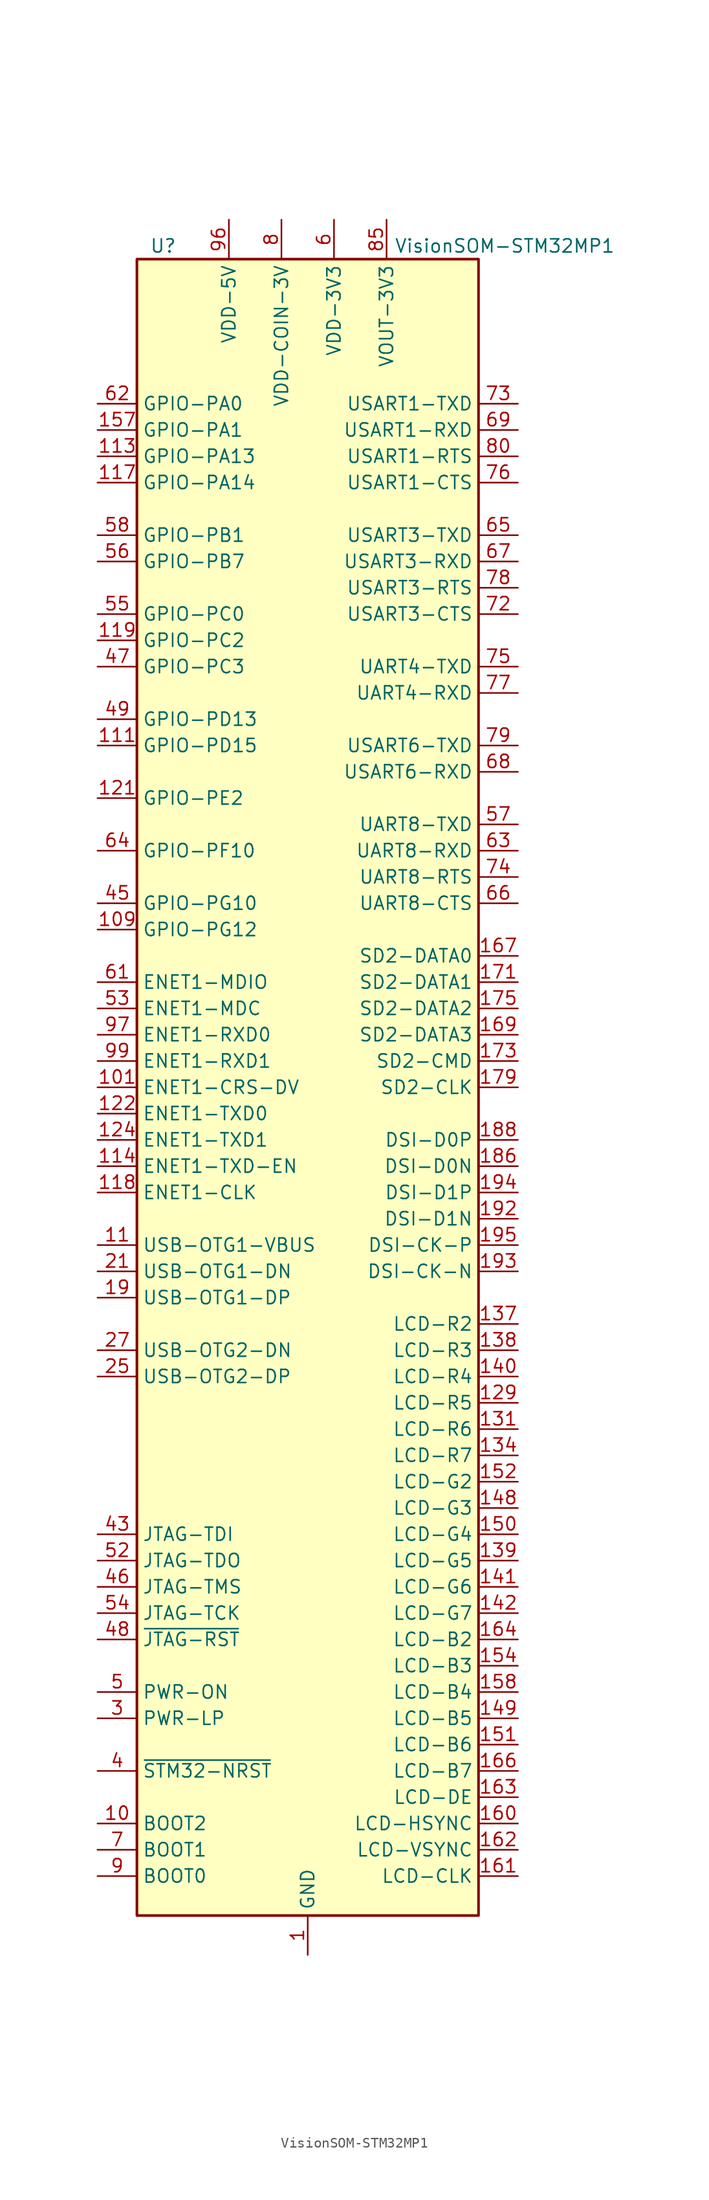
<source format=kicad_sym>
(kicad_symbol_lib
  (version 20200908)
  (generator kicad_symbol_editor)
  (symbol "MCU_Module:VisionSOM-STM32MP1"
    (property "Reference" "U"
      (at -13.97 81.28 0)
      (effects (font (size 1.27 1.27))))
    (property "Value" "VisionSOM-STM32MP1"
      (at 19.05 81.28 0)
      (effects (font (size 1.27 1.27))))
    (symbol "VisionSOM-STM32MP1_0_1"
      (rectangle (start -16.51 80.01) (end 16.51 -80.01) (stroke (width 0.254)) (fill (type background))))
    (symbol "VisionSOM-STM32MP1_1_1"
      (pin power_in line (at 0 -83.82 90) (length 3.81) (name "GND" (effects (font (size 1.27 1.27)))) (number "1" (effects (font (size 1.27 1.27)))))
      (pin input line (at -20.32 -71.12 0) (length 3.81) (name "BOOT2" (effects (font (size 1.27 1.27)))) (number "10" (effects (font (size 1.27 1.27)))))
      (pin passive line (at -7.62 83.82 270) (length 3.81) hide (name "VDD-5V" (effects (font (size 1.27 1.27)))) (number "100" (effects (font (size 1.27 1.27)))))
      (pin bidirectional line (at -20.32 0 0) (length 3.81) (name "ENET1-CRS-DV" (effects (font (size 1.27 1.27)))) (number "101" (effects (font (size 1.27 1.27)))))
      (pin passive line (at -7.62 83.82 270) (length 3.81) hide (name "VDD-5V" (effects (font (size 1.27 1.27)))) (number "102" (effects (font (size 1.27 1.27)))))
      (pin passive line (at 0 -83.82 90) (length 3.81) hide (name "GND" (effects (font (size 1.27 1.27)))) (number "103" (effects (font (size 1.27 1.27)))))
      (pin passive line (at -7.62 83.82 270) (length 3.81) hide (name "VDD-5V" (effects (font (size 1.27 1.27)))) (number "104" (effects (font (size 1.27 1.27)))))
      (pin unconnected line (at 15.24 73.66 180) (length 3.81) hide (name "NC" (effects (font (size 1.27 1.27)))) (number "105" (effects (font (size 1.27 1.27)))))
      (pin passive line (at -7.62 83.82 270) (length 3.81) hide (name "VDD-5V" (effects (font (size 1.27 1.27)))) (number "106" (effects (font (size 1.27 1.27)))))
      (pin passive line (at 0 -83.82 90) (length 3.81) hide (name "GND" (effects (font (size 1.27 1.27)))) (number "107" (effects (font (size 1.27 1.27)))))
      (pin passive line (at -7.62 83.82 270) (length 3.81) hide (name "VDD-5V" (effects (font (size 1.27 1.27)))) (number "108" (effects (font (size 1.27 1.27)))))
      (pin bidirectional line (at -20.32 15.24 0) (length 3.81) (name "GPIO-PG12" (effects (font (size 1.27 1.27)))) (number "109" (effects (font (size 1.27 1.27)))))
      (pin input line (at -20.32 -15.24 0) (length 3.81) (name "USB-OTG1-VBUS" (effects (font (size 1.27 1.27)))) (number "11" (effects (font (size 1.27 1.27)))))
      (pin passive line (at -7.62 83.82 270) (length 3.81) hide (name "VDD-5V" (effects (font (size 1.27 1.27)))) (number "110" (effects (font (size 1.27 1.27)))))
      (pin bidirectional line (at -20.32 33.02 0) (length 3.81) (name "GPIO-PD15" (effects (font (size 1.27 1.27)))) (number "111" (effects (font (size 1.27 1.27)))))
      (pin passive line (at -7.62 83.82 270) (length 3.81) hide (name "VDD-5V" (effects (font (size 1.27 1.27)))) (number "112" (effects (font (size 1.27 1.27)))))
      (pin bidirectional line (at -20.32 60.96 0) (length 3.81) (name "GPIO-PA13" (effects (font (size 1.27 1.27)))) (number "113" (effects (font (size 1.27 1.27)))))
      (pin bidirectional line (at -20.32 -7.62 0) (length 3.81) (name "ENET1-TXD-EN" (effects (font (size 1.27 1.27)))) (number "114" (effects (font (size 1.27 1.27)))))
      (pin passive line (at 0 -83.82 90) (length 3.81) hide (name "GND" (effects (font (size 1.27 1.27)))) (number "115" (effects (font (size 1.27 1.27)))))
      (pin passive line (at 0 -83.82 90) (length 3.81) hide (name "GND" (effects (font (size 1.27 1.27)))) (number "116" (effects (font (size 1.27 1.27)))))
      (pin bidirectional line (at -20.32 58.42 0) (length 3.81) (name "GPIO-PA14" (effects (font (size 1.27 1.27)))) (number "117" (effects (font (size 1.27 1.27)))))
      (pin bidirectional line (at -20.32 -10.16 0) (length 3.81) (name "ENET1-CLK" (effects (font (size 1.27 1.27)))) (number "118" (effects (font (size 1.27 1.27)))))
      (pin bidirectional line (at -20.32 43.18 0) (length 3.81) (name "GPIO-PC2" (effects (font (size 1.27 1.27)))) (number "119" (effects (font (size 1.27 1.27)))))
      (pin unconnected line (at -15.24 73.66 0) (length 3.81) hide (name "NC" (effects (font (size 1.27 1.27)))) (number "12" (effects (font (size 1.27 1.27)))))
      (pin passive line (at 0 -83.82 90) (length 3.81) hide (name "GND" (effects (font (size 1.27 1.27)))) (number "120" (effects (font (size 1.27 1.27)))))
      (pin bidirectional line (at -20.32 27.94 0) (length 3.81) (name "GPIO-PE2" (effects (font (size 1.27 1.27)))) (number "121" (effects (font (size 1.27 1.27)))))
      (pin bidirectional line (at -20.32 -2.54 0) (length 3.81) (name "ENET1-TXD0" (effects (font (size 1.27 1.27)))) (number "122" (effects (font (size 1.27 1.27)))))
      (pin unconnected line (at 15.24 71.12 180) (length 3.81) hide (name "NC" (effects (font (size 1.27 1.27)))) (number "123" (effects (font (size 1.27 1.27)))))
      (pin bidirectional line (at -20.32 -5.08 0) (length 3.81) (name "ENET1-TXD1" (effects (font (size 1.27 1.27)))) (number "124" (effects (font (size 1.27 1.27)))))
      (pin passive line (at 0 -83.82 90) (length 3.81) hide (name "GND" (effects (font (size 1.27 1.27)))) (number "125" (effects (font (size 1.27 1.27)))))
      (pin unconnected line (at 15.24 68.58 180) (length 3.81) hide (name "NC" (effects (font (size 1.27 1.27)))) (number "126" (effects (font (size 1.27 1.27)))))
      (pin passive line (at 0 -83.82 90) (length 3.81) hide (name "GND" (effects (font (size 1.27 1.27)))) (number "127" (effects (font (size 1.27 1.27)))))
      (pin passive line (at 0 -83.82 90) (length 3.81) hide (name "GND" (effects (font (size 1.27 1.27)))) (number "128" (effects (font (size 1.27 1.27)))))
      (pin bidirectional line (at 20.32 -30.48 180) (length 3.81) (name "LCD-R5" (effects (font (size 1.27 1.27)))) (number "129" (effects (font (size 1.27 1.27)))))
      (pin unconnected line (at -15.24 71.12 0) (length 3.81) hide (name "NC" (effects (font (size 1.27 1.27)))) (number "13" (effects (font (size 1.27 1.27)))))
      (pin passive line (at 0 -83.82 90) (length 3.81) hide (name "GND" (effects (font (size 1.27 1.27)))) (number "130" (effects (font (size 1.27 1.27)))))
      (pin bidirectional line (at 20.32 -33.02 180) (length 3.81) (name "LCD-R6" (effects (font (size 1.27 1.27)))) (number "131" (effects (font (size 1.27 1.27)))))
      (pin passive line (at 0 -83.82 90) (length 3.81) hide (name "GND" (effects (font (size 1.27 1.27)))) (number "132" (effects (font (size 1.27 1.27)))))
      (pin passive line (at 0 -83.82 90) (length 3.81) hide (name "GND" (effects (font (size 1.27 1.27)))) (number "133" (effects (font (size 1.27 1.27)))))
      (pin bidirectional line (at 20.32 -35.56 180) (length 3.81) (name "LCD-R7" (effects (font (size 1.27 1.27)))) (number "134" (effects (font (size 1.27 1.27)))))
      (pin passive line (at 0 -83.82 90) (length 3.81) hide (name "GND" (effects (font (size 1.27 1.27)))) (number "135" (effects (font (size 1.27 1.27)))))
      (pin passive line (at 0 -83.82 90) (length 3.81) hide (name "GND" (effects (font (size 1.27 1.27)))) (number "136" (effects (font (size 1.27 1.27)))))
      (pin bidirectional line (at 20.32 -22.86 180) (length 3.81) (name "LCD-R2" (effects (font (size 1.27 1.27)))) (number "137" (effects (font (size 1.27 1.27)))))
      (pin bidirectional line (at 20.32 -25.4 180) (length 3.81) (name "LCD-R3" (effects (font (size 1.27 1.27)))) (number "138" (effects (font (size 1.27 1.27)))))
      (pin bidirectional line (at 20.32 -45.72 180) (length 3.81) (name "LCD-G5" (effects (font (size 1.27 1.27)))) (number "139" (effects (font (size 1.27 1.27)))))
      (pin unconnected line (at -15.24 68.58 0) (length 3.81) hide (name "NC" (effects (font (size 1.27 1.27)))) (number "14" (effects (font (size 1.27 1.27)))))
      (pin bidirectional line (at 20.32 -27.94 180) (length 3.81) (name "LCD-R4" (effects (font (size 1.27 1.27)))) (number "140" (effects (font (size 1.27 1.27)))))
      (pin bidirectional line (at 20.32 -48.26 180) (length 3.81) (name "LCD-G6" (effects (font (size 1.27 1.27)))) (number "141" (effects (font (size 1.27 1.27)))))
      (pin bidirectional line (at 20.32 -50.8 180) (length 3.81) (name "LCD-G7" (effects (font (size 1.27 1.27)))) (number "142" (effects (font (size 1.27 1.27)))))
      (pin passive line (at 0 -83.82 90) (length 3.81) hide (name "GND" (effects (font (size 1.27 1.27)))) (number "143" (effects (font (size 1.27 1.27)))))
      (pin passive line (at 0 -83.82 90) (length 3.81) hide (name "GND" (effects (font (size 1.27 1.27)))) (number "144" (effects (font (size 1.27 1.27)))))
      (pin passive line (at 0 -83.82 90) (length 3.81) hide (name "GND" (effects (font (size 1.27 1.27)))) (number "145" (effects (font (size 1.27 1.27)))))
      (pin passive line (at 0 -83.82 90) (length 3.81) hide (name "GND" (effects (font (size 1.27 1.27)))) (number "146" (effects (font (size 1.27 1.27)))))
      (pin passive line (at 0 -83.82 90) (length 3.81) hide (name "GND" (effects (font (size 1.27 1.27)))) (number "147" (effects (font (size 1.27 1.27)))))
      (pin bidirectional line (at 20.32 -40.64 180) (length 3.81) (name "LCD-G3" (effects (font (size 1.27 1.27)))) (number "148" (effects (font (size 1.27 1.27)))))
      (pin bidirectional line (at 20.32 -60.96 180) (length 3.81) (name "LCD-B5" (effects (font (size 1.27 1.27)))) (number "149" (effects (font (size 1.27 1.27)))))
      (pin passive line (at 0 -83.82 90) (length 3.81) hide (name "GND" (effects (font (size 1.27 1.27)))) (number "15" (effects (font (size 1.27 1.27)))))
      (pin bidirectional line (at 20.32 -43.18 180) (length 3.81) (name "LCD-G4" (effects (font (size 1.27 1.27)))) (number "150" (effects (font (size 1.27 1.27)))))
      (pin bidirectional line (at 20.32 -63.5 180) (length 3.81) (name "LCD-B6" (effects (font (size 1.27 1.27)))) (number "151" (effects (font (size 1.27 1.27)))))
      (pin bidirectional line (at 20.32 -38.1 180) (length 3.81) (name "LCD-G2" (effects (font (size 1.27 1.27)))) (number "152" (effects (font (size 1.27 1.27)))))
      (pin passive line (at 0 -83.82 90) (length 3.81) hide (name "GND" (effects (font (size 1.27 1.27)))) (number "153" (effects (font (size 1.27 1.27)))))
      (pin bidirectional line (at 20.32 -55.88 180) (length 3.81) (name "LCD-B3" (effects (font (size 1.27 1.27)))) (number "154" (effects (font (size 1.27 1.27)))))
      (pin passive line (at 0 -83.82 90) (length 3.81) hide (name "GND" (effects (font (size 1.27 1.27)))) (number "155" (effects (font (size 1.27 1.27)))))
      (pin passive line (at 0 -83.82 90) (length 3.81) hide (name "GND" (effects (font (size 1.27 1.27)))) (number "156" (effects (font (size 1.27 1.27)))))
      (pin bidirectional line (at -20.32 63.5 0) (length 3.81) (name "GPIO-PA1" (effects (font (size 1.27 1.27)))) (number "157" (effects (font (size 1.27 1.27)))))
      (pin bidirectional line (at 20.32 -58.42 180) (length 3.81) (name "LCD-B4" (effects (font (size 1.27 1.27)))) (number "158" (effects (font (size 1.27 1.27)))))
      (pin passive line (at 0 -83.82 90) (length 3.81) hide (name "GND" (effects (font (size 1.27 1.27)))) (number "159" (effects (font (size 1.27 1.27)))))
      (pin unconnected line (at -15.24 55.88 0) (length 3.81) hide (name "NC" (effects (font (size 1.27 1.27)))) (number "16" (effects (font (size 1.27 1.27)))))
      (pin bidirectional line (at 20.32 -71.12 180) (length 3.81) (name "LCD-HSYNC" (effects (font (size 1.27 1.27)))) (number "160" (effects (font (size 1.27 1.27)))))
      (pin bidirectional line (at 20.32 -76.2 180) (length 3.81) (name "LCD-CLK" (effects (font (size 1.27 1.27)))) (number "161" (effects (font (size 1.27 1.27)))))
      (pin bidirectional line (at 20.32 -73.66 180) (length 3.81) (name "LCD-VSYNC" (effects (font (size 1.27 1.27)))) (number "162" (effects (font (size 1.27 1.27)))))
      (pin bidirectional line (at 20.32 -68.58 180) (length 3.81) (name "LCD-DE" (effects (font (size 1.27 1.27)))) (number "163" (effects (font (size 1.27 1.27)))))
      (pin bidirectional line (at 20.32 -53.34 180) (length 3.81) (name "LCD-B2" (effects (font (size 1.27 1.27)))) (number "164" (effects (font (size 1.27 1.27)))))
      (pin passive line (at 0 -83.82 90) (length 3.81) hide (name "GND" (effects (font (size 1.27 1.27)))) (number "165" (effects (font (size 1.27 1.27)))))
      (pin bidirectional line (at 20.32 -66.04 180) (length 3.81) (name "LCD-B7" (effects (font (size 1.27 1.27)))) (number "166" (effects (font (size 1.27 1.27)))))
      (pin bidirectional line (at 20.32 12.7 180) (length 3.81) (name "SD2-DATA0" (effects (font (size 1.27 1.27)))) (number "167" (effects (font (size 1.27 1.27)))))
      (pin passive line (at 0 -83.82 90) (length 3.81) hide (name "GND" (effects (font (size 1.27 1.27)))) (number "168" (effects (font (size 1.27 1.27)))))
      (pin bidirectional line (at 20.32 5.08 180) (length 3.81) (name "SD2-DATA3" (effects (font (size 1.27 1.27)))) (number "169" (effects (font (size 1.27 1.27)))))
      (pin passive line (at 0 -83.82 90) (length 3.81) hide (name "GND" (effects (font (size 1.27 1.27)))) (number "17" (effects (font (size 1.27 1.27)))))
      (pin passive line (at 0 -83.82 90) (length 3.81) hide (name "GND" (effects (font (size 1.27 1.27)))) (number "170" (effects (font (size 1.27 1.27)))))
      (pin bidirectional line (at 20.32 10.16 180) (length 3.81) (name "SD2-DATA1" (effects (font (size 1.27 1.27)))) (number "171" (effects (font (size 1.27 1.27)))))
      (pin passive line (at 0 -83.82 90) (length 3.81) hide (name "GND" (effects (font (size 1.27 1.27)))) (number "172" (effects (font (size 1.27 1.27)))))
      (pin bidirectional line (at 20.32 2.54 180) (length 3.81) (name "SD2-CMD" (effects (font (size 1.27 1.27)))) (number "173" (effects (font (size 1.27 1.27)))))
      (pin passive line (at 0 -83.82 90) (length 3.81) hide (name "GND" (effects (font (size 1.27 1.27)))) (number "174" (effects (font (size 1.27 1.27)))))
      (pin bidirectional line (at 20.32 7.62 180) (length 3.81) (name "SD2-DATA2" (effects (font (size 1.27 1.27)))) (number "175" (effects (font (size 1.27 1.27)))))
      (pin passive line (at 0 -83.82 90) (length 3.81) hide (name "GND" (effects (font (size 1.27 1.27)))) (number "176" (effects (font (size 1.27 1.27)))))
      (pin passive line (at 0 -83.82 90) (length 3.81) hide (name "GND" (effects (font (size 1.27 1.27)))) (number "177" (effects (font (size 1.27 1.27)))))
      (pin passive line (at 0 -83.82 90) (length 3.81) hide (name "GND" (effects (font (size 1.27 1.27)))) (number "178" (effects (font (size 1.27 1.27)))))
      (pin bidirectional line (at 20.32 0 180) (length 3.81) (name "SD2-CLK" (effects (font (size 1.27 1.27)))) (number "179" (effects (font (size 1.27 1.27)))))
      (pin unconnected line (at -15.24 48.26 0) (length 3.81) hide (name "NC" (effects (font (size 1.27 1.27)))) (number "18" (effects (font (size 1.27 1.27)))))
      (pin passive line (at 0 -83.82 90) (length 3.81) hide (name "GND" (effects (font (size 1.27 1.27)))) (number "180" (effects (font (size 1.27 1.27)))))
      (pin passive line (at 0 -83.82 90) (length 3.81) hide (name "GND" (effects (font (size 1.27 1.27)))) (number "181" (effects (font (size 1.27 1.27)))))
      (pin passive line (at 0 -83.82 90) (length 3.81) hide (name "GND" (effects (font (size 1.27 1.27)))) (number "182" (effects (font (size 1.27 1.27)))))
      (pin unconnected line (at 15.24 55.88 180) (length 3.81) hide (name "NC" (effects (font (size 1.27 1.27)))) (number "183" (effects (font (size 1.27 1.27)))))
      (pin passive line (at 0 -83.82 90) (length 3.81) hide (name "GND" (effects (font (size 1.27 1.27)))) (number "184" (effects (font (size 1.27 1.27)))))
      (pin passive line (at 0 -83.82 90) (length 3.81) hide (name "GND" (effects (font (size 1.27 1.27)))) (number "185" (effects (font (size 1.27 1.27)))))
      (pin bidirectional line (at 20.32 -7.62 180) (length 3.81) (name "DSI-D0N" (effects (font (size 1.27 1.27)))) (number "186" (effects (font (size 1.27 1.27)))))
      (pin unconnected line (at 15.24 43.18 180) (length 3.81) hide (name "NC" (effects (font (size 1.27 1.27)))) (number "187" (effects (font (size 1.27 1.27)))))
      (pin bidirectional line (at 20.32 -5.08 180) (length 3.81) (name "DSI-D0P" (effects (font (size 1.27 1.27)))) (number "188" (effects (font (size 1.27 1.27)))))
      (pin passive line (at 0 -83.82 90) (length 3.81) hide (name "GND" (effects (font (size 1.27 1.27)))) (number "189" (effects (font (size 1.27 1.27)))))
      (pin bidirectional line (at -20.32 -20.32 0) (length 3.81) (name "USB-OTG1-DP" (effects (font (size 1.27 1.27)))) (number "19" (effects (font (size 1.27 1.27)))))
      (pin unconnected line (at 15.24 35.56 180) (length 3.81) hide (name "NC" (effects (font (size 1.27 1.27)))) (number "190" (effects (font (size 1.27 1.27)))))
      (pin unconnected line (at 15.24 27.94 180) (length 3.81) hide (name "NC" (effects (font (size 1.27 1.27)))) (number "191" (effects (font (size 1.27 1.27)))))
      (pin bidirectional line (at 20.32 -12.7 180) (length 3.81) (name "DSI-D1N" (effects (font (size 1.27 1.27)))) (number "192" (effects (font (size 1.27 1.27)))))
      (pin bidirectional line (at 20.32 -17.78 180) (length 3.81) (name "DSI-CK-N" (effects (font (size 1.27 1.27)))) (number "193" (effects (font (size 1.27 1.27)))))
      (pin bidirectional line (at 20.32 -10.16 180) (length 3.81) (name "DSI-D1P" (effects (font (size 1.27 1.27)))) (number "194" (effects (font (size 1.27 1.27)))))
      (pin bidirectional line (at 20.32 -15.24 180) (length 3.81) (name "DSI-CK-P" (effects (font (size 1.27 1.27)))) (number "195" (effects (font (size 1.27 1.27)))))
      (pin unconnected line (at 15.24 15.24 180) (length 3.81) hide (name "NC" (effects (font (size 1.27 1.27)))) (number "196" (effects (font (size 1.27 1.27)))))
      (pin unconnected line (at 15.24 -2.54 180) (length 3.81) hide (name "NC" (effects (font (size 1.27 1.27)))) (number "197" (effects (font (size 1.27 1.27)))))
      (pin unconnected line (at 15.24 -20.32 180) (length 3.81) hide (name "NC" (effects (font (size 1.27 1.27)))) (number "198" (effects (font (size 1.27 1.27)))))
      (pin passive line (at 0 -83.82 90) (length 3.81) hide (name "GND" (effects (font (size 1.27 1.27)))) (number "199" (effects (font (size 1.27 1.27)))))
      (pin passive line (at 0 -83.82 90) (length 3.81) hide (name "GND" (effects (font (size 1.27 1.27)))) (number "2" (effects (font (size 1.27 1.27)))))
      (pin passive line (at 0 -83.82 90) (length 3.81) hide (name "GND" (effects (font (size 1.27 1.27)))) (number "20" (effects (font (size 1.27 1.27)))))
      (pin passive line (at 0 -83.82 90) (length 3.81) hide (name "GND" (effects (font (size 1.27 1.27)))) (number "200" (effects (font (size 1.27 1.27)))))
      (pin bidirectional line (at -20.32 -17.78 0) (length 3.81) (name "USB-OTG1-DN" (effects (font (size 1.27 1.27)))) (number "21" (effects (font (size 1.27 1.27)))))
      (pin passive line (at 0 -83.82 90) (length 3.81) hide (name "GND" (effects (font (size 1.27 1.27)))) (number "22" (effects (font (size 1.27 1.27)))))
      (pin passive line (at 0 -83.82 90) (length 3.81) hide (name "GND" (effects (font (size 1.27 1.27)))) (number "23" (effects (font (size 1.27 1.27)))))
      (pin unconnected line (at -15.24 38.1 0) (length 3.81) hide (name "NC" (effects (font (size 1.27 1.27)))) (number "24" (effects (font (size 1.27 1.27)))))
      (pin bidirectional line (at -20.32 -27.94 0) (length 3.81) (name "USB-OTG2-DP" (effects (font (size 1.27 1.27)))) (number "25" (effects (font (size 1.27 1.27)))))
      (pin passive line (at 0 -83.82 90) (length 3.81) hide (name "GND" (effects (font (size 1.27 1.27)))) (number "26" (effects (font (size 1.27 1.27)))))
      (pin bidirectional line (at -20.32 -25.4 0) (length 3.81) (name "USB-OTG2-DN" (effects (font (size 1.27 1.27)))) (number "27" (effects (font (size 1.27 1.27)))))
      (pin passive line (at 0 -83.82 90) (length 3.81) hide (name "GND" (effects (font (size 1.27 1.27)))) (number "28" (effects (font (size 1.27 1.27)))))
      (pin passive line (at 0 -83.82 90) (length 3.81) hide (name "GND" (effects (font (size 1.27 1.27)))) (number "29" (effects (font (size 1.27 1.27)))))
      (pin output line (at -20.32 -60.96 0) (length 3.81) (name "PWR-LP" (effects (font (size 1.27 1.27)))) (number "3" (effects (font (size 1.27 1.27)))))
      (pin unconnected line (at -15.24 30.48 0) (length 3.81) hide (name "NC" (effects (font (size 1.27 1.27)))) (number "30" (effects (font (size 1.27 1.27)))))
      (pin unconnected line (at -15.24 25.4 0) (length 3.81) hide (name "NC" (effects (font (size 1.27 1.27)))) (number "31" (effects (font (size 1.27 1.27)))))
      (pin unconnected line (at -15.24 20.32 0) (length 3.81) hide (name "NC" (effects (font (size 1.27 1.27)))) (number "32" (effects (font (size 1.27 1.27)))))
      (pin unconnected line (at -15.24 12.7 0) (length 3.81) hide (name "NC" (effects (font (size 1.27 1.27)))) (number "33" (effects (font (size 1.27 1.27)))))
      (pin unconnected line (at -15.24 -12.7 0) (length 3.81) hide (name "NC" (effects (font (size 1.27 1.27)))) (number "34" (effects (font (size 1.27 1.27)))))
      (pin passive line (at 0 -83.82 90) (length 3.81) hide (name "GND" (effects (font (size 1.27 1.27)))) (number "35" (effects (font (size 1.27 1.27)))))
      (pin unconnected line (at -15.24 -22.86 0) (length 3.81) hide (name "NC" (effects (font (size 1.27 1.27)))) (number "36" (effects (font (size 1.27 1.27)))))
      (pin unconnected line (at -15.24 -30.48 0) (length 3.81) hide (name "NC" (effects (font (size 1.27 1.27)))) (number "37" (effects (font (size 1.27 1.27)))))
      (pin passive line (at 0 -83.82 90) (length 3.81) hide (name "GND" (effects (font (size 1.27 1.27)))) (number "38" (effects (font (size 1.27 1.27)))))
      (pin unconnected line (at -15.24 -33.02 0) (length 3.81) hide (name "NC" (effects (font (size 1.27 1.27)))) (number "39" (effects (font (size 1.27 1.27)))))
      (pin input line (at -20.32 -66.04 0) (length 3.81) (name "~STM32-NRST" (effects (font (size 1.27 1.27)))) (number "4" (effects (font (size 1.27 1.27)))))
      (pin passive line (at 0 -83.82 90) (length 3.81) hide (name "GND" (effects (font (size 1.27 1.27)))) (number "40" (effects (font (size 1.27 1.27)))))
      (pin passive line (at 0 -83.82 90) (length 3.81) hide (name "GND" (effects (font (size 1.27 1.27)))) (number "41" (effects (font (size 1.27 1.27)))))
      (pin unconnected line (at -15.24 -35.56 0) (length 3.81) hide (name "NC" (effects (font (size 1.27 1.27)))) (number "42" (effects (font (size 1.27 1.27)))))
      (pin bidirectional line (at -20.32 -43.18 0) (length 3.81) (name "JTAG-TDI" (effects (font (size 1.27 1.27)))) (number "43" (effects (font (size 1.27 1.27)))))
      (pin unconnected line (at -15.24 -38.1 0) (length 3.81) hide (name "NC" (effects (font (size 1.27 1.27)))) (number "44" (effects (font (size 1.27 1.27)))))
      (pin bidirectional line (at -20.32 17.78 0) (length 3.81) (name "GPIO-PG10" (effects (font (size 1.27 1.27)))) (number "45" (effects (font (size 1.27 1.27)))))
      (pin bidirectional line (at -20.32 -48.26 0) (length 3.81) (name "JTAG-TMS" (effects (font (size 1.27 1.27)))) (number "46" (effects (font (size 1.27 1.27)))))
      (pin bidirectional line (at -20.32 40.64 0) (length 3.81) (name "GPIO-PC3" (effects (font (size 1.27 1.27)))) (number "47" (effects (font (size 1.27 1.27)))))
      (pin bidirectional line (at -20.32 -53.34 0) (length 3.81) (name "~JTAG-RST" (effects (font (size 1.27 1.27)))) (number "48" (effects (font (size 1.27 1.27)))))
      (pin bidirectional line (at -20.32 35.56 0) (length 3.81) (name "GPIO-PD13" (effects (font (size 1.27 1.27)))) (number "49" (effects (font (size 1.27 1.27)))))
      (pin output line (at -20.32 -58.42 0) (length 3.81) (name "PWR-ON" (effects (font (size 1.27 1.27)))) (number "5" (effects (font (size 1.27 1.27)))))
      (pin passive line (at 0 -83.82 90) (length 3.81) hide (name "GND" (effects (font (size 1.27 1.27)))) (number "50" (effects (font (size 1.27 1.27)))))
      (pin passive line (at 0 -83.82 90) (length 3.81) hide (name "GND" (effects (font (size 1.27 1.27)))) (number "51" (effects (font (size 1.27 1.27)))))
      (pin bidirectional line (at -20.32 -45.72 0) (length 3.81) (name "JTAG-TDO" (effects (font (size 1.27 1.27)))) (number "52" (effects (font (size 1.27 1.27)))))
      (pin bidirectional line (at -20.32 7.62 0) (length 3.81) (name "ENET1-MDC" (effects (font (size 1.27 1.27)))) (number "53" (effects (font (size 1.27 1.27)))))
      (pin bidirectional line (at -20.32 -50.8 0) (length 3.81) (name "JTAG-TCK" (effects (font (size 1.27 1.27)))) (number "54" (effects (font (size 1.27 1.27)))))
      (pin bidirectional line (at -20.32 45.72 0) (length 3.81) (name "GPIO-PC0" (effects (font (size 1.27 1.27)))) (number "55" (effects (font (size 1.27 1.27)))))
      (pin bidirectional line (at -20.32 50.8 0) (length 3.81) (name "GPIO-PB7" (effects (font (size 1.27 1.27)))) (number "56" (effects (font (size 1.27 1.27)))))
      (pin bidirectional line (at 20.32 25.4 180) (length 3.81) (name "UART8-TXD" (effects (font (size 1.27 1.27)))) (number "57" (effects (font (size 1.27 1.27)))))
      (pin bidirectional line (at -20.32 53.34 0) (length 3.81) (name "GPIO-PB1" (effects (font (size 1.27 1.27)))) (number "58" (effects (font (size 1.27 1.27)))))
      (pin passive line (at 0 -83.82 90) (length 3.81) hide (name "GND" (effects (font (size 1.27 1.27)))) (number "59" (effects (font (size 1.27 1.27)))))
      (pin power_in line (at 2.54 83.82 270) (length 3.81) (name "VDD-3V3" (effects (font (size 1.27 1.27)))) (number "6" (effects (font (size 1.27 1.27)))))
      (pin passive line (at 0 -83.82 90) (length 3.81) hide (name "GND" (effects (font (size 1.27 1.27)))) (number "60" (effects (font (size 1.27 1.27)))))
      (pin bidirectional line (at -20.32 10.16 0) (length 3.81) (name "ENET1-MDIO" (effects (font (size 1.27 1.27)))) (number "61" (effects (font (size 1.27 1.27)))))
      (pin bidirectional line (at -20.32 66.04 0) (length 3.81) (name "GPIO-PA0" (effects (font (size 1.27 1.27)))) (number "62" (effects (font (size 1.27 1.27)))))
      (pin bidirectional line (at 20.32 22.86 180) (length 3.81) (name "UART8-RXD" (effects (font (size 1.27 1.27)))) (number "63" (effects (font (size 1.27 1.27)))))
      (pin bidirectional line (at -20.32 22.86 0) (length 3.81) (name "GPIO-PF10" (effects (font (size 1.27 1.27)))) (number "64" (effects (font (size 1.27 1.27)))))
      (pin bidirectional line (at 20.32 53.34 180) (length 3.81) (name "USART3-TXD" (effects (font (size 1.27 1.27)))) (number "65" (effects (font (size 1.27 1.27)))))
      (pin bidirectional line (at 20.32 17.78 180) (length 3.81) (name "UART8-CTS" (effects (font (size 1.27 1.27)))) (number "66" (effects (font (size 1.27 1.27)))))
      (pin bidirectional line (at 20.32 50.8 180) (length 3.81) (name "USART3-RXD" (effects (font (size 1.27 1.27)))) (number "67" (effects (font (size 1.27 1.27)))))
      (pin bidirectional line (at 20.32 30.48 180) (length 3.81) (name "USART6-RXD" (effects (font (size 1.27 1.27)))) (number "68" (effects (font (size 1.27 1.27)))))
      (pin bidirectional line (at 20.32 63.5 180) (length 3.81) (name "USART1-RXD" (effects (font (size 1.27 1.27)))) (number "69" (effects (font (size 1.27 1.27)))))
      (pin input line (at -20.32 -73.66 0) (length 3.81) (name "BOOT1" (effects (font (size 1.27 1.27)))) (number "7" (effects (font (size 1.27 1.27)))))
      (pin passive line (at 0 -83.82 90) (length 3.81) hide (name "GND" (effects (font (size 1.27 1.27)))) (number "70" (effects (font (size 1.27 1.27)))))
      (pin passive line (at 0 -83.82 90) (length 3.81) hide (name "GND" (effects (font (size 1.27 1.27)))) (number "71" (effects (font (size 1.27 1.27)))))
      (pin bidirectional line (at 20.32 45.72 180) (length 3.81) (name "USART3-CTS" (effects (font (size 1.27 1.27)))) (number "72" (effects (font (size 1.27 1.27)))))
      (pin bidirectional line (at 20.32 66.04 180) (length 3.81) (name "USART1-TXD" (effects (font (size 1.27 1.27)))) (number "73" (effects (font (size 1.27 1.27)))))
      (pin bidirectional line (at 20.32 20.32 180) (length 3.81) (name "UART8-RTS" (effects (font (size 1.27 1.27)))) (number "74" (effects (font (size 1.27 1.27)))))
      (pin bidirectional line (at 20.32 40.64 180) (length 3.81) (name "UART4-TXD" (effects (font (size 1.27 1.27)))) (number "75" (effects (font (size 1.27 1.27)))))
      (pin bidirectional line (at 20.32 58.42 180) (length 3.81) (name "USART1-CTS" (effects (font (size 1.27 1.27)))) (number "76" (effects (font (size 1.27 1.27)))))
      (pin bidirectional line (at 20.32 38.1 180) (length 3.81) (name "UART4-RXD" (effects (font (size 1.27 1.27)))) (number "77" (effects (font (size 1.27 1.27)))))
      (pin bidirectional line (at 20.32 48.26 180) (length 3.81) (name "USART3-RTS" (effects (font (size 1.27 1.27)))) (number "78" (effects (font (size 1.27 1.27)))))
      (pin bidirectional line (at 20.32 33.02 180) (length 3.81) (name "USART6-TXD" (effects (font (size 1.27 1.27)))) (number "79" (effects (font (size 1.27 1.27)))))
      (pin power_in line (at -2.54 83.82 270) (length 3.81) (name "VDD-COIN-3V" (effects (font (size 1.27 1.27)))) (number "8" (effects (font (size 1.27 1.27)))))
      (pin bidirectional line (at 20.32 60.96 180) (length 3.81) (name "USART1-RTS" (effects (font (size 1.27 1.27)))) (number "80" (effects (font (size 1.27 1.27)))))
      (pin passive line (at 0 -83.82 90) (length 3.81) hide (name "GND" (effects (font (size 1.27 1.27)))) (number "81" (effects (font (size 1.27 1.27)))))
      (pin passive line (at 0 -83.82 90) (length 3.81) hide (name "GND" (effects (font (size 1.27 1.27)))) (number "82" (effects (font (size 1.27 1.27)))))
      (pin unconnected line (at -15.24 -40.64 0) (length 3.81) hide (name "NC" (effects (font (size 1.27 1.27)))) (number "83" (effects (font (size 1.27 1.27)))))
      (pin passive line (at 0 -83.82 90) (length 3.81) hide (name "GND" (effects (font (size 1.27 1.27)))) (number "84" (effects (font (size 1.27 1.27)))))
      (pin power_out line (at 7.62 83.82 270) (length 3.81) (name "VOUT-3V3" (effects (font (size 1.27 1.27)))) (number "85" (effects (font (size 1.27 1.27)))))
      (pin unconnected line (at -15.24 -55.88 0) (length 3.81) hide (name "NC" (effects (font (size 1.27 1.27)))) (number "86" (effects (font (size 1.27 1.27)))))
      (pin passive line (at 7.62 83.82 270) (length 3.81) hide (name "VOUT-3V3" (effects (font (size 1.27 1.27)))) (number "87" (effects (font (size 1.27 1.27)))))
      (pin passive line (at 7.62 83.82 270) (length 3.81) hide (name "VOUT-3V3" (effects (font (size 1.27 1.27)))) (number "88" (effects (font (size 1.27 1.27)))))
      (pin passive line (at 7.62 83.82 270) (length 3.81) hide (name "VOUT-3V3" (effects (font (size 1.27 1.27)))) (number "89" (effects (font (size 1.27 1.27)))))
      (pin input line (at -20.32 -76.2 0) (length 3.81) (name "BOOT0" (effects (font (size 1.27 1.27)))) (number "9" (effects (font (size 1.27 1.27)))))
      (pin passive line (at 7.62 83.82 270) (length 3.81) hide (name "VOUT-3V3" (effects (font (size 1.27 1.27)))) (number "90" (effects (font (size 1.27 1.27)))))
      (pin passive line (at 7.62 83.82 270) (length 3.81) hide (name "VOUT-3V3" (effects (font (size 1.27 1.27)))) (number "91" (effects (font (size 1.27 1.27)))))
      (pin passive line (at 7.62 83.82 270) (length 3.81) hide (name "VOUT-3V3" (effects (font (size 1.27 1.27)))) (number "92" (effects (font (size 1.27 1.27)))))
      (pin passive line (at 7.62 83.82 270) (length 3.81) hide (name "VOUT-3V3" (effects (font (size 1.27 1.27)))) (number "93" (effects (font (size 1.27 1.27)))))
      (pin unconnected line (at -15.24 -63.5 0) (length 3.81) hide (name "NC" (effects (font (size 1.27 1.27)))) (number "94" (effects (font (size 1.27 1.27)))))
      (pin unconnected line (at -15.24 -68.58 0) (length 3.81) hide (name "NC" (effects (font (size 1.27 1.27)))) (number "95" (effects (font (size 1.27 1.27)))))
      (pin power_in line (at -7.62 83.82 270) (length 3.81) (name "VDD-5V" (effects (font (size 1.27 1.27)))) (number "96" (effects (font (size 1.27 1.27)))))
      (pin bidirectional line (at -20.32 5.08 0) (length 3.81) (name "ENET1-RXD0" (effects (font (size 1.27 1.27)))) (number "97" (effects (font (size 1.27 1.27)))))
      (pin passive line (at -7.62 83.82 270) (length 3.81) hide (name "VDD-5V" (effects (font (size 1.27 1.27)))) (number "98" (effects (font (size 1.27 1.27)))))
      (pin bidirectional line (at -20.32 2.54 0) (length 3.81) (name "ENET1-RXD1" (effects (font (size 1.27 1.27)))) (number "99" (effects (font (size 1.27 1.27))))))))
</source>
